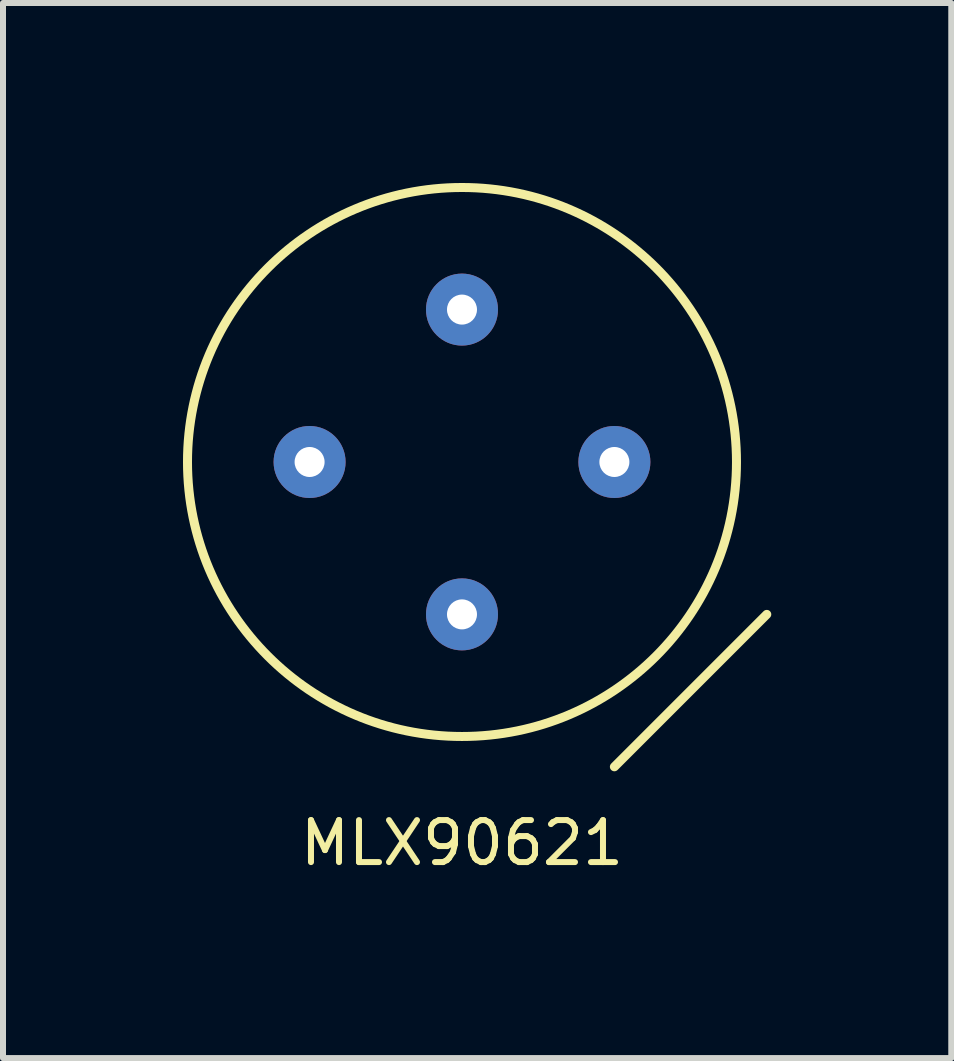
<source format=kicad_pcb>
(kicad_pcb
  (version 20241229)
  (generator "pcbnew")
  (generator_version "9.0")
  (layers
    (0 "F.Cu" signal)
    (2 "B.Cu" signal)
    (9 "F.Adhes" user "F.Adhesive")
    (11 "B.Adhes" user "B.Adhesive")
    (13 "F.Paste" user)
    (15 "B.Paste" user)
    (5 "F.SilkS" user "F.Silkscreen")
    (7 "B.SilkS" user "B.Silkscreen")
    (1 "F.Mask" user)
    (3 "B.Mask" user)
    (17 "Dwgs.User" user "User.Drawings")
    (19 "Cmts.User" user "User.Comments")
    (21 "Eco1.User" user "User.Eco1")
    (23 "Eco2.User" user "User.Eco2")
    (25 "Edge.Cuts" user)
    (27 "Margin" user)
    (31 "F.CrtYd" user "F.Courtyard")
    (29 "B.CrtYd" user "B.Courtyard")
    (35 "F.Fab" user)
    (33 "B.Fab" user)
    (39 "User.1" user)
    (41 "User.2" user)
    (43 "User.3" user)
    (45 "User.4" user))
  (footprint "MLX90621"
    (layer "F.Cu")
    (at 4.65 4.65)
    (property "Reference" "MLX90621" (at 0 6.35 0) (layer "F.SilkS") (effects (font (size 0.7 0.7) (thickness 0.1))))
    (attr through_hole)
    (fp_line (start 2.54 5.08) (end 5.08 2.54) (stroke (width 0.15) (type solid)) (layer "F.SilkS"))
    (fp_circle (center 0 0) (end 4.575 0) (stroke (width 0.15) (type solid)) (fill no) (layer "F.SilkS"))
    (pad "1" thru_hole circle (at 2.54 0) (size 1.2 1.2) (drill 0.5) (layers "*.Cu" "*.Mask"))
    (pad "2" thru_hole circle (at 0 -2.54) (size 1.2 1.2) (drill 0.5) (layers "*.Cu" "*.Mask"))
    (pad "3" thru_hole circle (at -2.54 0) (size 1.2 1.2) (drill 0.5) (layers "*.Cu" "*.Mask"))
    (pad "4" thru_hole circle (at 0 2.54) (size 1.2 1.2) (drill 0.5) (layers "*.Cu" "*.Mask")))
  (gr_rect
    (start -3 -3)
    (end 12.805 14.585)
    (stroke (width 0.1) (type default))
    (fill no)
    (layer "Edge.Cuts")))
</source>
